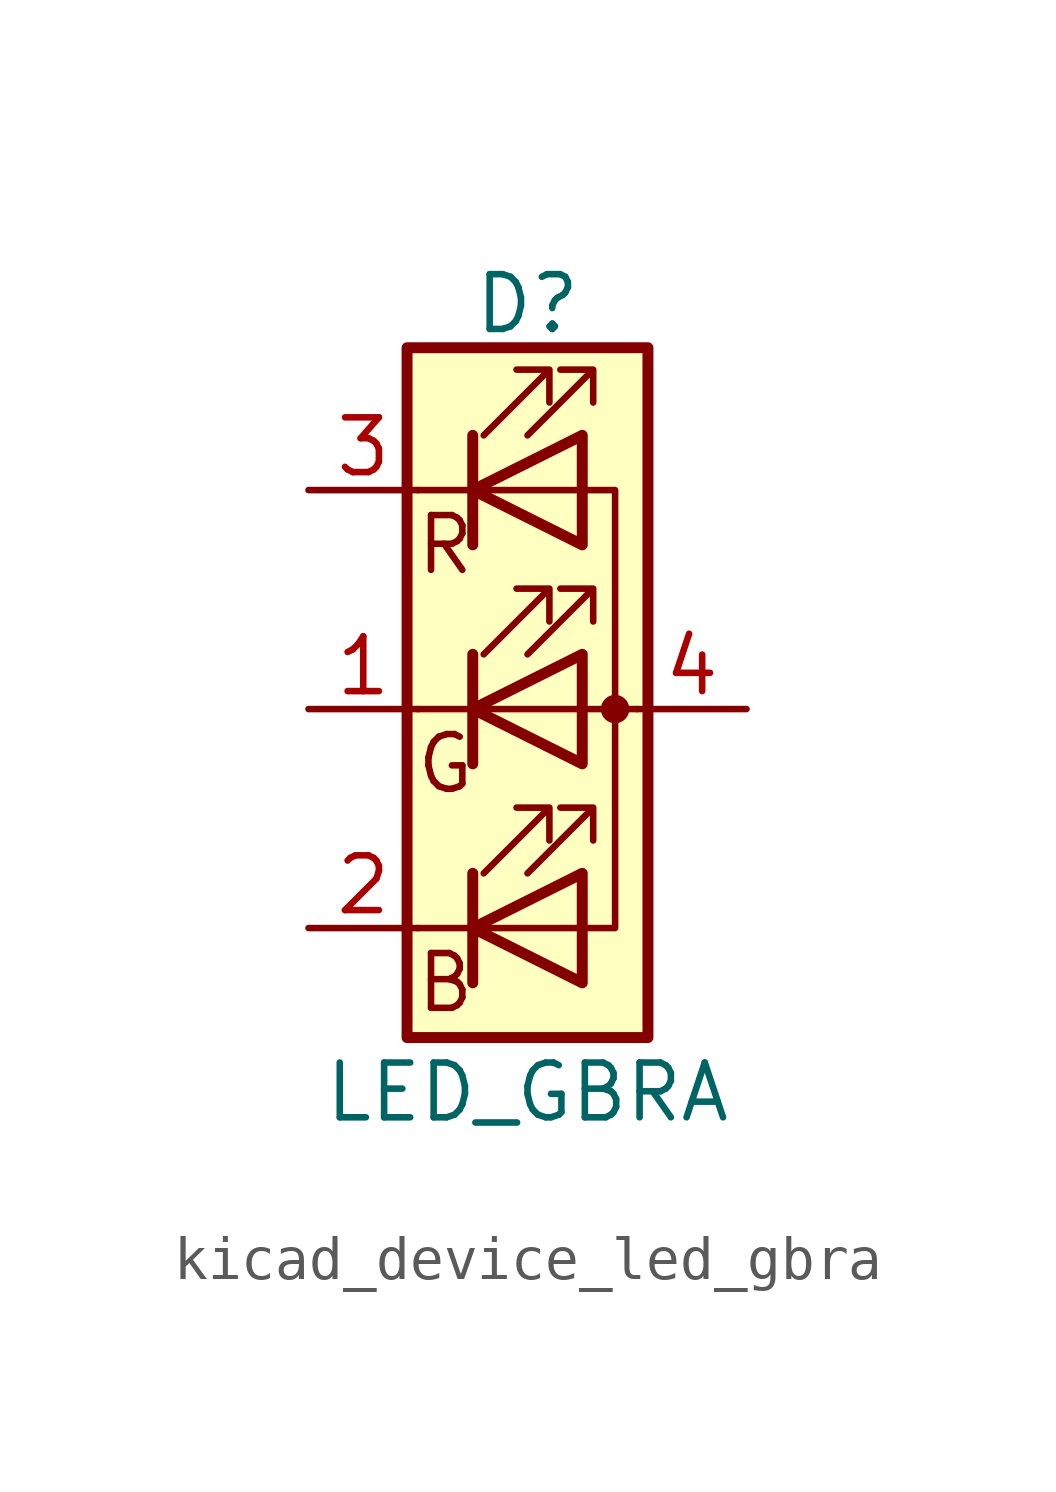
<source format=kicad_sym>
(kicad_symbol_lib
  (version 20220914)
  (generator kicad_symbol_editor)
  (symbol "kicad_device_led_gbra"
    (pin_names
      (offset 0) hide)
    (property "Reference" "D"
      (at 0 9.398 0)
      (effects (font (size 1.27 1.27))))
    (property "Value" "LED_GBRA"
      (at 0 -8.89 0)
      (effects (font (size 1.27 1.27))))
    (symbol "kicad_device_led_gbra_0_0"
      (text "B" (at -1.905 -6.35 0) (effects (font (size 1.27 1.27))))
      (text "G" (at -1.905 -1.27 0) (effects (font (size 1.27 1.27))))
      (text "R" (at -1.905 3.81 0) (effects (font (size 1.27 1.27)))))
    (symbol "kicad_device_led_gbra_0_1"
      (polyline (pts (xy -1.27 -5.08) (xy -2.54 -5.08)) (stroke (width 0) (type default)) (fill (type none)))
      (polyline (pts (xy -1.27 -5.08) (xy 1.27 -5.08)) (stroke (width 0) (type default)) (fill (type none)))
      (polyline (pts (xy -1.27 -3.81) (xy -1.27 -6.35)) (stroke (width 0.254) (type default)) (fill (type none)))
      (polyline (pts (xy -1.27 0) (xy -2.54 0)) (stroke (width 0) (type default)) (fill (type none)))
      (polyline (pts (xy -1.27 1.27) (xy -1.27 -1.27)) (stroke (width 0.254) (type default)) (fill (type none)))
      (polyline (pts (xy -1.27 5.08) (xy -2.54 5.08)) (stroke (width 0) (type default)) (fill (type none)))
      (polyline (pts (xy -1.27 5.08) (xy 1.27 5.08)) (stroke (width 0) (type default)) (fill (type none)))
      (polyline (pts (xy -1.27 6.35) (xy -1.27 3.81)) (stroke (width 0.254) (type default)) (fill (type none)))
      (polyline (pts (xy 1.27 0) (xy -1.27 0)) (stroke (width 0) (type default)) (fill (type none)))
      (polyline (pts (xy 1.27 0) (xy 2.54 0)) (stroke (width 0) (type default)) (fill (type none)))
      (polyline (pts (xy -1.27 1.27) (xy -1.27 -1.27) (xy -1.27 -1.27)) (stroke (width 0) (type default)) (fill (type none)))
      (polyline (pts (xy -1.27 6.35) (xy -1.27 3.81) (xy -1.27 3.81)) (stroke (width 0) (type default)) (fill (type none)))
      (polyline (pts (xy 1.27 -5.08) (xy 2.032 -5.08) (xy 2.032 5.08) (xy 1.27 5.08)) (stroke (width 0) (type default)) (fill (type none)))
      (polyline (pts (xy 1.27 -3.81) (xy 1.27 -6.35) (xy -1.27 -5.08) (xy 1.27 -3.81)) (stroke (width 0.254) (type default)) (fill (type none)))
      (polyline (pts (xy 1.27 1.27) (xy 1.27 -1.27) (xy -1.27 0) (xy 1.27 1.27)) (stroke (width 0.254) (type default)) (fill (type none)))
      (polyline (pts (xy 1.27 6.35) (xy 1.27 3.81) (xy -1.27 5.08) (xy 1.27 6.35)) (stroke (width 0.254) (type default)) (fill (type none)))
      (polyline (pts (xy -1.016 -3.81) (xy 0.508 -2.286) (xy -0.254 -2.286) (xy 0.508 -2.286) (xy 0.508 -3.048)) (stroke (width 0) (type default)) (fill (type none)))
      (polyline (pts (xy -1.016 1.27) (xy 0.508 2.794) (xy -0.254 2.794) (xy 0.508 2.794) (xy 0.508 2.032)) (stroke (width 0) (type default)) (fill (type none)))
      (polyline (pts (xy -1.016 6.35) (xy 0.508 7.874) (xy -0.254 7.874) (xy 0.508 7.874) (xy 0.508 7.112)) (stroke (width 0) (type default)) (fill (type none)))
      (polyline (pts (xy 0 -3.81) (xy 1.524 -2.286) (xy 0.762 -2.286) (xy 1.524 -2.286) (xy 1.524 -3.048)) (stroke (width 0) (type default)) (fill (type none)))
      (polyline (pts (xy 0 1.27) (xy 1.524 2.794) (xy 0.762 2.794) (xy 1.524 2.794) (xy 1.524 2.032)) (stroke (width 0) (type default)) (fill (type none)))
      (polyline (pts (xy 0 6.35) (xy 1.524 7.874) (xy 0.762 7.874) (xy 1.524 7.874) (xy 1.524 7.112)) (stroke (width 0) (type default)) (fill (type none)))
      (rectangle (start 1.27 -1.27) (end 1.27 1.27) (stroke (width 0) (type default)) (fill (type none)))
      (rectangle (start 1.27 1.27) (end 1.27 1.27) (stroke (width 0) (type default)) (fill (type none)))
      (rectangle (start 1.27 3.81) (end 1.27 6.35) (stroke (width 0) (type default)) (fill (type none)))
      (rectangle (start 1.27 6.35) (end 1.27 6.35) (stroke (width 0) (type default)) (fill (type none)))
      (circle (center 2.032 0) (radius 0.254) (stroke (width 0) (type default)) (fill (type outline)))
      (rectangle (start 2.794 8.382) (end -2.794 -7.62) (stroke (width 0.254) (type default)) (fill (type background))))
    (symbol "kicad_device_led_gbra_1_1"
      (pin passive line (at -5.08 0 0) (length 2.54) (name "GK" (effects (font (size 1.27 1.27)))) (number "1" (effects (font (size 1.27 1.27)))))
      (pin passive line (at -5.08 -5.08 0) (length 2.54) (name "BK" (effects (font (size 1.27 1.27)))) (number "2" (effects (font (size 1.27 1.27)))))
      (pin passive line (at -5.08 5.08 0) (length 2.54) (name "RK" (effects (font (size 1.27 1.27)))) (number "3" (effects (font (size 1.27 1.27)))))
      (pin passive line (at 5.08 0 180) (length 2.54) (name "A" (effects (font (size 1.27 1.27)))) (number "4" (effects (font (size 1.27 1.27))))))))
</source>
